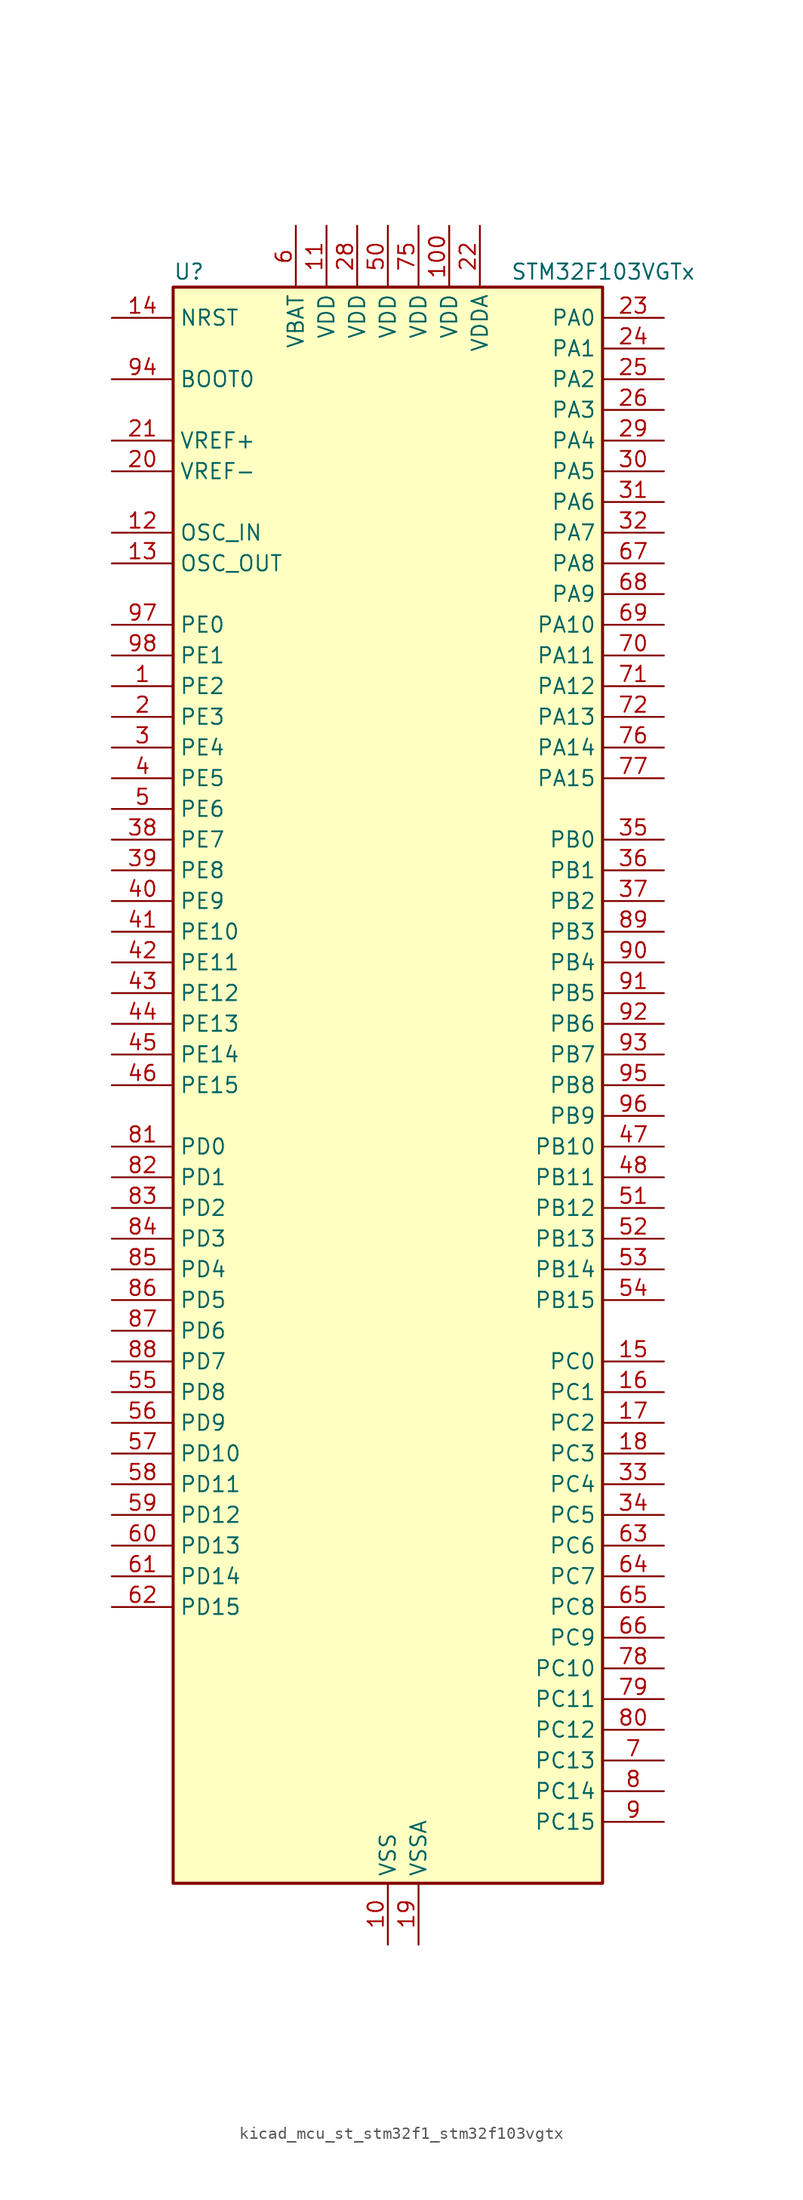
<source format=kicad_sym>
(kicad_symbol_lib
  (version 20220914)
  (generator kicad_symbol_editor)
  (symbol "kicad_mcu_st_stm32f1_stm32f103vgtx"
    (property "Reference" "U"
      (at -17.78 67.31 0)
      (effects (font (size 1.27 1.27)) (justify left)))
    (property "Value" "STM32F103VGTx"
      (at 10.16 67.31 0)
      (effects (font (size 1.27 1.27)) (justify left)))
    (property "ki_locked" ""
      (at 0 0 0)
      (effects (font (size 1.27 1.27))))
    (symbol "kicad_mcu_st_stm32f1_stm32f103vgtx_0_1"
      (rectangle (start -17.78 -66.04) (end 17.78 66.04) (stroke (width 0.254) (type default)) (fill (type background))))
    (symbol "kicad_mcu_st_stm32f1_stm32f103vgtx_1_1"
      (pin bidirectional line (at -22.86 33.02 0) (length 5.08) (name "PE2" (effects (font (size 1.27 1.27)))) (number "1" (effects (font (size 1.27 1.27)))) (alternate "FSMC_A23" bidirectional line) (alternate "SYS_TRACECLK" bidirectional line))
      (pin power_in line (at 0 -71.12 90) (length 5.08) (name "VSS" (effects (font (size 1.27 1.27)))) (number "10" (effects (font (size 1.27 1.27)))))
      (pin power_in line (at 5.08 71.12 270) (length 5.08) (name "VDD" (effects (font (size 1.27 1.27)))) (number "100" (effects (font (size 1.27 1.27)))))
      (pin power_in line (at -5.08 71.12 270) (length 5.08) (name "VDD" (effects (font (size 1.27 1.27)))) (number "11" (effects (font (size 1.27 1.27)))))
      (pin input line (at -22.86 45.72 0) (length 5.08) (name "OSC_IN" (effects (font (size 1.27 1.27)))) (number "12" (effects (font (size 1.27 1.27)))) (alternate "RCC_OSC_IN" bidirectional line))
      (pin input line (at -22.86 43.18 0) (length 5.08) (name "OSC_OUT" (effects (font (size 1.27 1.27)))) (number "13" (effects (font (size 1.27 1.27)))) (alternate "RCC_OSC_OUT" bidirectional line))
      (pin input line (at -22.86 63.5 0) (length 5.08) (name "NRST" (effects (font (size 1.27 1.27)))) (number "14" (effects (font (size 1.27 1.27)))))
      (pin bidirectional line (at 22.86 -22.86 180) (length 5.08) (name "PC0" (effects (font (size 1.27 1.27)))) (number "15" (effects (font (size 1.27 1.27)))) (alternate "ADC1_IN10" bidirectional line) (alternate "ADC2_IN10" bidirectional line) (alternate "ADC3_IN10" bidirectional line))
      (pin bidirectional line (at 22.86 -25.4 180) (length 5.08) (name "PC1" (effects (font (size 1.27 1.27)))) (number "16" (effects (font (size 1.27 1.27)))) (alternate "ADC1_IN11" bidirectional line) (alternate "ADC2_IN11" bidirectional line) (alternate "ADC3_IN11" bidirectional line))
      (pin bidirectional line (at 22.86 -27.94 180) (length 5.08) (name "PC2" (effects (font (size 1.27 1.27)))) (number "17" (effects (font (size 1.27 1.27)))) (alternate "ADC1_IN12" bidirectional line) (alternate "ADC2_IN12" bidirectional line) (alternate "ADC3_IN12" bidirectional line))
      (pin bidirectional line (at 22.86 -30.48 180) (length 5.08) (name "PC3" (effects (font (size 1.27 1.27)))) (number "18" (effects (font (size 1.27 1.27)))) (alternate "ADC1_IN13" bidirectional line) (alternate "ADC2_IN13" bidirectional line) (alternate "ADC3_IN13" bidirectional line))
      (pin power_in line (at 2.54 -71.12 90) (length 5.08) (name "VSSA" (effects (font (size 1.27 1.27)))) (number "19" (effects (font (size 1.27 1.27)))))
      (pin bidirectional line (at -22.86 30.48 0) (length 5.08) (name "PE3" (effects (font (size 1.27 1.27)))) (number "2" (effects (font (size 1.27 1.27)))) (alternate "FSMC_A19" bidirectional line) (alternate "SYS_TRACED0" bidirectional line))
      (pin input line (at -22.86 50.8 0) (length 5.08) (name "VREF-" (effects (font (size 1.27 1.27)))) (number "20" (effects (font (size 1.27 1.27)))))
      (pin input line (at -22.86 53.34 0) (length 5.08) (name "VREF+" (effects (font (size 1.27 1.27)))) (number "21" (effects (font (size 1.27 1.27)))))
      (pin power_in line (at 7.62 71.12 270) (length 5.08) (name "VDDA" (effects (font (size 1.27 1.27)))) (number "22" (effects (font (size 1.27 1.27)))))
      (pin bidirectional line (at 22.86 63.5 180) (length 5.08) (name "PA0" (effects (font (size 1.27 1.27)))) (number "23" (effects (font (size 1.27 1.27)))) (alternate "ADC1_IN0" bidirectional line) (alternate "ADC2_IN0" bidirectional line) (alternate "ADC3_IN0" bidirectional line) (alternate "SYS_WKUP" bidirectional line) (alternate "TIM2_CH1" bidirectional line) (alternate "TIM2_ETR" bidirectional line) (alternate "TIM5_CH1" bidirectional line) (alternate "TIM8_ETR" bidirectional line) (alternate "USART2_CTS" bidirectional line))
      (pin bidirectional line (at 22.86 60.96 180) (length 5.08) (name "PA1" (effects (font (size 1.27 1.27)))) (number "24" (effects (font (size 1.27 1.27)))) (alternate "ADC1_IN1" bidirectional line) (alternate "ADC2_IN1" bidirectional line) (alternate "ADC3_IN1" bidirectional line) (alternate "TIM2_CH2" bidirectional line) (alternate "TIM5_CH2" bidirectional line) (alternate "USART2_RTS" bidirectional line))
      (pin bidirectional line (at 22.86 58.42 180) (length 5.08) (name "PA2" (effects (font (size 1.27 1.27)))) (number "25" (effects (font (size 1.27 1.27)))) (alternate "ADC1_IN2" bidirectional line) (alternate "ADC2_IN2" bidirectional line) (alternate "ADC3_IN2" bidirectional line) (alternate "TIM2_CH3" bidirectional line) (alternate "TIM5_CH3" bidirectional line) (alternate "TIM9_CH1" bidirectional line) (alternate "USART2_TX" bidirectional line))
      (pin bidirectional line (at 22.86 55.88 180) (length 5.08) (name "PA3" (effects (font (size 1.27 1.27)))) (number "26" (effects (font (size 1.27 1.27)))) (alternate "ADC1_IN3" bidirectional line) (alternate "ADC2_IN3" bidirectional line) (alternate "ADC3_IN3" bidirectional line) (alternate "TIM2_CH4" bidirectional line) (alternate "TIM5_CH4" bidirectional line) (alternate "TIM9_CH2" bidirectional line) (alternate "USART2_RX" bidirectional line))
      (pin passive line (at 0 -71.12 90) (length 5.08) hide (name "VSS" (effects (font (size 1.27 1.27)))) (number "27" (effects (font (size 1.27 1.27)))))
      (pin power_in line (at -2.54 71.12 270) (length 5.08) (name "VDD" (effects (font (size 1.27 1.27)))) (number "28" (effects (font (size 1.27 1.27)))))
      (pin bidirectional line (at 22.86 53.34 180) (length 5.08) (name "PA4" (effects (font (size 1.27 1.27)))) (number "29" (effects (font (size 1.27 1.27)))) (alternate "ADC1_IN4" bidirectional line) (alternate "ADC2_IN4" bidirectional line) (alternate "DAC_OUT1" bidirectional line) (alternate "SPI1_NSS" bidirectional line) (alternate "USART2_CK" bidirectional line))
      (pin bidirectional line (at -22.86 27.94 0) (length 5.08) (name "PE4" (effects (font (size 1.27 1.27)))) (number "3" (effects (font (size 1.27 1.27)))) (alternate "FSMC_A20" bidirectional line) (alternate "SYS_TRACED1" bidirectional line))
      (pin bidirectional line (at 22.86 50.8 180) (length 5.08) (name "PA5" (effects (font (size 1.27 1.27)))) (number "30" (effects (font (size 1.27 1.27)))) (alternate "ADC1_IN5" bidirectional line) (alternate "ADC2_IN5" bidirectional line) (alternate "DAC_OUT2" bidirectional line) (alternate "SPI1_SCK" bidirectional line))
      (pin bidirectional line (at 22.86 48.26 180) (length 5.08) (name "PA6" (effects (font (size 1.27 1.27)))) (number "31" (effects (font (size 1.27 1.27)))) (alternate "ADC1_IN6" bidirectional line) (alternate "ADC2_IN6" bidirectional line) (alternate "SPI1_MISO" bidirectional line) (alternate "TIM13_CH1" bidirectional line) (alternate "TIM1_BKIN" bidirectional line) (alternate "TIM3_CH1" bidirectional line) (alternate "TIM8_BKIN" bidirectional line))
      (pin bidirectional line (at 22.86 45.72 180) (length 5.08) (name "PA7" (effects (font (size 1.27 1.27)))) (number "32" (effects (font (size 1.27 1.27)))) (alternate "ADC1_IN7" bidirectional line) (alternate "ADC2_IN7" bidirectional line) (alternate "SPI1_MOSI" bidirectional line) (alternate "TIM14_CH1" bidirectional line) (alternate "TIM1_CH1N" bidirectional line) (alternate "TIM3_CH2" bidirectional line) (alternate "TIM8_CH1N" bidirectional line))
      (pin bidirectional line (at 22.86 -33.02 180) (length 5.08) (name "PC4" (effects (font (size 1.27 1.27)))) (number "33" (effects (font (size 1.27 1.27)))) (alternate "ADC1_IN14" bidirectional line) (alternate "ADC2_IN14" bidirectional line))
      (pin bidirectional line (at 22.86 -35.56 180) (length 5.08) (name "PC5" (effects (font (size 1.27 1.27)))) (number "34" (effects (font (size 1.27 1.27)))) (alternate "ADC1_IN15" bidirectional line) (alternate "ADC2_IN15" bidirectional line))
      (pin bidirectional line (at 22.86 20.32 180) (length 5.08) (name "PB0" (effects (font (size 1.27 1.27)))) (number "35" (effects (font (size 1.27 1.27)))) (alternate "ADC1_IN8" bidirectional line) (alternate "ADC2_IN8" bidirectional line) (alternate "TIM1_CH2N" bidirectional line) (alternate "TIM3_CH3" bidirectional line) (alternate "TIM8_CH2N" bidirectional line))
      (pin bidirectional line (at 22.86 17.78 180) (length 5.08) (name "PB1" (effects (font (size 1.27 1.27)))) (number "36" (effects (font (size 1.27 1.27)))) (alternate "ADC1_IN9" bidirectional line) (alternate "ADC2_IN9" bidirectional line) (alternate "TIM1_CH3N" bidirectional line) (alternate "TIM3_CH4" bidirectional line) (alternate "TIM8_CH3N" bidirectional line))
      (pin bidirectional line (at 22.86 15.24 180) (length 5.08) (name "PB2" (effects (font (size 1.27 1.27)))) (number "37" (effects (font (size 1.27 1.27)))))
      (pin bidirectional line (at -22.86 20.32 0) (length 5.08) (name "PE7" (effects (font (size 1.27 1.27)))) (number "38" (effects (font (size 1.27 1.27)))) (alternate "FSMC_D4" bidirectional line) (alternate "FSMC_DA4" bidirectional line) (alternate "TIM1_ETR" bidirectional line))
      (pin bidirectional line (at -22.86 17.78 0) (length 5.08) (name "PE8" (effects (font (size 1.27 1.27)))) (number "39" (effects (font (size 1.27 1.27)))) (alternate "FSMC_D5" bidirectional line) (alternate "FSMC_DA5" bidirectional line) (alternate "TIM1_CH1N" bidirectional line))
      (pin bidirectional line (at -22.86 25.4 0) (length 5.08) (name "PE5" (effects (font (size 1.27 1.27)))) (number "4" (effects (font (size 1.27 1.27)))) (alternate "FSMC_A21" bidirectional line) (alternate "SYS_TRACED2" bidirectional line) (alternate "TIM9_CH1" bidirectional line))
      (pin bidirectional line (at -22.86 15.24 0) (length 5.08) (name "PE9" (effects (font (size 1.27 1.27)))) (number "40" (effects (font (size 1.27 1.27)))) (alternate "DAC_EXTI9" bidirectional line) (alternate "FSMC_D6" bidirectional line) (alternate "FSMC_DA6" bidirectional line) (alternate "TIM1_CH1" bidirectional line))
      (pin bidirectional line (at -22.86 12.7 0) (length 5.08) (name "PE10" (effects (font (size 1.27 1.27)))) (number "41" (effects (font (size 1.27 1.27)))) (alternate "FSMC_D7" bidirectional line) (alternate "FSMC_DA7" bidirectional line) (alternate "TIM1_CH2N" bidirectional line))
      (pin bidirectional line (at -22.86 10.16 0) (length 5.08) (name "PE11" (effects (font (size 1.27 1.27)))) (number "42" (effects (font (size 1.27 1.27)))) (alternate "ADC1_EXTI11" bidirectional line) (alternate "ADC2_EXTI11" bidirectional line) (alternate "FSMC_D8" bidirectional line) (alternate "FSMC_DA8" bidirectional line) (alternate "TIM1_CH2" bidirectional line))
      (pin bidirectional line (at -22.86 7.62 0) (length 5.08) (name "PE12" (effects (font (size 1.27 1.27)))) (number "43" (effects (font (size 1.27 1.27)))) (alternate "FSMC_D9" bidirectional line) (alternate "FSMC_DA9" bidirectional line) (alternate "TIM1_CH3N" bidirectional line))
      (pin bidirectional line (at -22.86 5.08 0) (length 5.08) (name "PE13" (effects (font (size 1.27 1.27)))) (number "44" (effects (font (size 1.27 1.27)))) (alternate "FSMC_D10" bidirectional line) (alternate "FSMC_DA10" bidirectional line) (alternate "TIM1_CH3" bidirectional line))
      (pin bidirectional line (at -22.86 2.54 0) (length 5.08) (name "PE14" (effects (font (size 1.27 1.27)))) (number "45" (effects (font (size 1.27 1.27)))) (alternate "FSMC_D11" bidirectional line) (alternate "FSMC_DA11" bidirectional line) (alternate "TIM1_CH4" bidirectional line))
      (pin bidirectional line (at -22.86 0 0) (length 5.08) (name "PE15" (effects (font (size 1.27 1.27)))) (number "46" (effects (font (size 1.27 1.27)))) (alternate "ADC1_EXTI15" bidirectional line) (alternate "ADC2_EXTI15" bidirectional line) (alternate "FSMC_D12" bidirectional line) (alternate "FSMC_DA12" bidirectional line) (alternate "TIM1_BKIN" bidirectional line))
      (pin bidirectional line (at 22.86 -5.08 180) (length 5.08) (name "PB10" (effects (font (size 1.27 1.27)))) (number "47" (effects (font (size 1.27 1.27)))) (alternate "I2C2_SCL" bidirectional line) (alternate "TIM2_CH3" bidirectional line) (alternate "USART3_TX" bidirectional line))
      (pin bidirectional line (at 22.86 -7.62 180) (length 5.08) (name "PB11" (effects (font (size 1.27 1.27)))) (number "48" (effects (font (size 1.27 1.27)))) (alternate "ADC1_EXTI11" bidirectional line) (alternate "ADC2_EXTI11" bidirectional line) (alternate "I2C2_SDA" bidirectional line) (alternate "TIM2_CH4" bidirectional line) (alternate "USART3_RX" bidirectional line))
      (pin passive line (at 0 -71.12 90) (length 5.08) hide (name "VSS" (effects (font (size 1.27 1.27)))) (number "49" (effects (font (size 1.27 1.27)))))
      (pin bidirectional line (at -22.86 22.86 0) (length 5.08) (name "PE6" (effects (font (size 1.27 1.27)))) (number "5" (effects (font (size 1.27 1.27)))) (alternate "FSMC_A22" bidirectional line) (alternate "SYS_TRACED3" bidirectional line) (alternate "TIM9_CH2" bidirectional line))
      (pin power_in line (at 0 71.12 270) (length 5.08) (name "VDD" (effects (font (size 1.27 1.27)))) (number "50" (effects (font (size 1.27 1.27)))))
      (pin bidirectional line (at 22.86 -10.16 180) (length 5.08) (name "PB12" (effects (font (size 1.27 1.27)))) (number "51" (effects (font (size 1.27 1.27)))) (alternate "I2C2_SMBA" bidirectional line) (alternate "I2S2_WS" bidirectional line) (alternate "SPI2_NSS" bidirectional line) (alternate "TIM1_BKIN" bidirectional line) (alternate "USART3_CK" bidirectional line))
      (pin bidirectional line (at 22.86 -12.7 180) (length 5.08) (name "PB13" (effects (font (size 1.27 1.27)))) (number "52" (effects (font (size 1.27 1.27)))) (alternate "I2S2_CK" bidirectional line) (alternate "SPI2_SCK" bidirectional line) (alternate "TIM1_CH1N" bidirectional line) (alternate "USART3_CTS" bidirectional line))
      (pin bidirectional line (at 22.86 -15.24 180) (length 5.08) (name "PB14" (effects (font (size 1.27 1.27)))) (number "53" (effects (font (size 1.27 1.27)))) (alternate "SPI2_MISO" bidirectional line) (alternate "TIM12_CH1" bidirectional line) (alternate "TIM1_CH2N" bidirectional line) (alternate "USART3_RTS" bidirectional line))
      (pin bidirectional line (at 22.86 -17.78 180) (length 5.08) (name "PB15" (effects (font (size 1.27 1.27)))) (number "54" (effects (font (size 1.27 1.27)))) (alternate "ADC1_EXTI15" bidirectional line) (alternate "ADC2_EXTI15" bidirectional line) (alternate "I2S2_SD" bidirectional line) (alternate "SPI2_MOSI" bidirectional line) (alternate "TIM12_CH2" bidirectional line) (alternate "TIM1_CH3N" bidirectional line))
      (pin bidirectional line (at -22.86 -25.4 0) (length 5.08) (name "PD8" (effects (font (size 1.27 1.27)))) (number "55" (effects (font (size 1.27 1.27)))) (alternate "FSMC_D13" bidirectional line) (alternate "FSMC_DA13" bidirectional line) (alternate "USART3_TX" bidirectional line))
      (pin bidirectional line (at -22.86 -27.94 0) (length 5.08) (name "PD9" (effects (font (size 1.27 1.27)))) (number "56" (effects (font (size 1.27 1.27)))) (alternate "DAC_EXTI9" bidirectional line) (alternate "FSMC_D14" bidirectional line) (alternate "FSMC_DA14" bidirectional line) (alternate "USART3_RX" bidirectional line))
      (pin bidirectional line (at -22.86 -30.48 0) (length 5.08) (name "PD10" (effects (font (size 1.27 1.27)))) (number "57" (effects (font (size 1.27 1.27)))) (alternate "FSMC_D15" bidirectional line) (alternate "FSMC_DA15" bidirectional line) (alternate "USART3_CK" bidirectional line))
      (pin bidirectional line (at -22.86 -33.02 0) (length 5.08) (name "PD11" (effects (font (size 1.27 1.27)))) (number "58" (effects (font (size 1.27 1.27)))) (alternate "ADC1_EXTI11" bidirectional line) (alternate "ADC2_EXTI11" bidirectional line) (alternate "FSMC_A16" bidirectional line) (alternate "FSMC_CLE" bidirectional line) (alternate "USART3_CTS" bidirectional line))
      (pin bidirectional line (at -22.86 -35.56 0) (length 5.08) (name "PD12" (effects (font (size 1.27 1.27)))) (number "59" (effects (font (size 1.27 1.27)))) (alternate "FSMC_A17" bidirectional line) (alternate "FSMC_ALE" bidirectional line) (alternate "TIM4_CH1" bidirectional line) (alternate "USART3_RTS" bidirectional line))
      (pin power_in line (at -7.62 71.12 270) (length 5.08) (name "VBAT" (effects (font (size 1.27 1.27)))) (number "6" (effects (font (size 1.27 1.27)))))
      (pin bidirectional line (at -22.86 -38.1 0) (length 5.08) (name "PD13" (effects (font (size 1.27 1.27)))) (number "60" (effects (font (size 1.27 1.27)))) (alternate "FSMC_A18" bidirectional line) (alternate "TIM4_CH2" bidirectional line))
      (pin bidirectional line (at -22.86 -40.64 0) (length 5.08) (name "PD14" (effects (font (size 1.27 1.27)))) (number "61" (effects (font (size 1.27 1.27)))) (alternate "FSMC_D0" bidirectional line) (alternate "FSMC_DA0" bidirectional line) (alternate "TIM4_CH3" bidirectional line))
      (pin bidirectional line (at -22.86 -43.18 0) (length 5.08) (name "PD15" (effects (font (size 1.27 1.27)))) (number "62" (effects (font (size 1.27 1.27)))) (alternate "ADC1_EXTI15" bidirectional line) (alternate "ADC2_EXTI15" bidirectional line) (alternate "FSMC_D1" bidirectional line) (alternate "FSMC_DA1" bidirectional line) (alternate "TIM4_CH4" bidirectional line))
      (pin bidirectional line (at 22.86 -38.1 180) (length 5.08) (name "PC6" (effects (font (size 1.27 1.27)))) (number "63" (effects (font (size 1.27 1.27)))) (alternate "I2S2_MCK" bidirectional line) (alternate "SDIO_D6" bidirectional line) (alternate "TIM3_CH1" bidirectional line) (alternate "TIM8_CH1" bidirectional line))
      (pin bidirectional line (at 22.86 -40.64 180) (length 5.08) (name "PC7" (effects (font (size 1.27 1.27)))) (number "64" (effects (font (size 1.27 1.27)))) (alternate "I2S3_MCK" bidirectional line) (alternate "SDIO_D7" bidirectional line) (alternate "TIM3_CH2" bidirectional line) (alternate "TIM8_CH2" bidirectional line))
      (pin bidirectional line (at 22.86 -43.18 180) (length 5.08) (name "PC8" (effects (font (size 1.27 1.27)))) (number "65" (effects (font (size 1.27 1.27)))) (alternate "SDIO_D0" bidirectional line) (alternate "TIM3_CH3" bidirectional line) (alternate "TIM8_CH3" bidirectional line))
      (pin bidirectional line (at 22.86 -45.72 180) (length 5.08) (name "PC9" (effects (font (size 1.27 1.27)))) (number "66" (effects (font (size 1.27 1.27)))) (alternate "DAC_EXTI9" bidirectional line) (alternate "SDIO_D1" bidirectional line) (alternate "TIM3_CH4" bidirectional line) (alternate "TIM8_CH4" bidirectional line))
      (pin bidirectional line (at 22.86 43.18 180) (length 5.08) (name "PA8" (effects (font (size 1.27 1.27)))) (number "67" (effects (font (size 1.27 1.27)))) (alternate "RCC_MCO" bidirectional line) (alternate "TIM1_CH1" bidirectional line) (alternate "USART1_CK" bidirectional line))
      (pin bidirectional line (at 22.86 40.64 180) (length 5.08) (name "PA9" (effects (font (size 1.27 1.27)))) (number "68" (effects (font (size 1.27 1.27)))) (alternate "DAC_EXTI9" bidirectional line) (alternate "TIM1_CH2" bidirectional line) (alternate "USART1_TX" bidirectional line))
      (pin bidirectional line (at 22.86 38.1 180) (length 5.08) (name "PA10" (effects (font (size 1.27 1.27)))) (number "69" (effects (font (size 1.27 1.27)))) (alternate "TIM1_CH3" bidirectional line) (alternate "USART1_RX" bidirectional line))
      (pin bidirectional line (at 22.86 -55.88 180) (length 5.08) (name "PC13" (effects (font (size 1.27 1.27)))) (number "7" (effects (font (size 1.27 1.27)))) (alternate "RTC_OUT" bidirectional line) (alternate "RTC_TAMPER" bidirectional line))
      (pin bidirectional line (at 22.86 35.56 180) (length 5.08) (name "PA11" (effects (font (size 1.27 1.27)))) (number "70" (effects (font (size 1.27 1.27)))) (alternate "ADC1_EXTI11" bidirectional line) (alternate "ADC2_EXTI11" bidirectional line) (alternate "CAN_RX" bidirectional line) (alternate "TIM1_CH4" bidirectional line) (alternate "USART1_CTS" bidirectional line) (alternate "USB_DM" bidirectional line))
      (pin bidirectional line (at 22.86 33.02 180) (length 5.08) (name "PA12" (effects (font (size 1.27 1.27)))) (number "71" (effects (font (size 1.27 1.27)))) (alternate "CAN_TX" bidirectional line) (alternate "TIM1_ETR" bidirectional line) (alternate "USART1_RTS" bidirectional line) (alternate "USB_DP" bidirectional line))
      (pin bidirectional line (at 22.86 30.48 180) (length 5.08) (name "PA13" (effects (font (size 1.27 1.27)))) (number "72" (effects (font (size 1.27 1.27)))) (alternate "SYS_JTMS-SWDIO" bidirectional line))
      (pin no_connect line (at -17.78 -66.04 0) (length 5.08) hide (name "NC" (effects (font (size 1.27 1.27)))) (number "73" (effects (font (size 1.27 1.27)))))
      (pin passive line (at 0 -71.12 90) (length 5.08) hide (name "VSS" (effects (font (size 1.27 1.27)))) (number "74" (effects (font (size 1.27 1.27)))))
      (pin power_in line (at 2.54 71.12 270) (length 5.08) (name "VDD" (effects (font (size 1.27 1.27)))) (number "75" (effects (font (size 1.27 1.27)))))
      (pin bidirectional line (at 22.86 27.94 180) (length 5.08) (name "PA14" (effects (font (size 1.27 1.27)))) (number "76" (effects (font (size 1.27 1.27)))) (alternate "SYS_JTCK-SWCLK" bidirectional line))
      (pin bidirectional line (at 22.86 25.4 180) (length 5.08) (name "PA15" (effects (font (size 1.27 1.27)))) (number "77" (effects (font (size 1.27 1.27)))) (alternate "ADC1_EXTI15" bidirectional line) (alternate "ADC2_EXTI15" bidirectional line) (alternate "I2S3_WS" bidirectional line) (alternate "SPI1_NSS" bidirectional line) (alternate "SPI3_NSS" bidirectional line) (alternate "SYS_JTDI" bidirectional line) (alternate "TIM2_CH1" bidirectional line) (alternate "TIM2_ETR" bidirectional line))
      (pin bidirectional line (at 22.86 -48.26 180) (length 5.08) (name "PC10" (effects (font (size 1.27 1.27)))) (number "78" (effects (font (size 1.27 1.27)))) (alternate "SDIO_D2" bidirectional line) (alternate "UART4_TX" bidirectional line) (alternate "USART3_TX" bidirectional line))
      (pin bidirectional line (at 22.86 -50.8 180) (length 5.08) (name "PC11" (effects (font (size 1.27 1.27)))) (number "79" (effects (font (size 1.27 1.27)))) (alternate "ADC1_EXTI11" bidirectional line) (alternate "ADC2_EXTI11" bidirectional line) (alternate "SDIO_D3" bidirectional line) (alternate "UART4_RX" bidirectional line) (alternate "USART3_RX" bidirectional line))
      (pin bidirectional line (at 22.86 -58.42 180) (length 5.08) (name "PC14" (effects (font (size 1.27 1.27)))) (number "8" (effects (font (size 1.27 1.27)))) (alternate "RCC_OSC32_IN" bidirectional line))
      (pin bidirectional line (at 22.86 -53.34 180) (length 5.08) (name "PC12" (effects (font (size 1.27 1.27)))) (number "80" (effects (font (size 1.27 1.27)))) (alternate "SDIO_CK" bidirectional line) (alternate "UART5_TX" bidirectional line) (alternate "USART3_CK" bidirectional line))
      (pin bidirectional line (at -22.86 -5.08 0) (length 5.08) (name "PD0" (effects (font (size 1.27 1.27)))) (number "81" (effects (font (size 1.27 1.27)))) (alternate "CAN_RX" bidirectional line) (alternate "FSMC_D2" bidirectional line) (alternate "FSMC_DA2" bidirectional line))
      (pin bidirectional line (at -22.86 -7.62 0) (length 5.08) (name "PD1" (effects (font (size 1.27 1.27)))) (number "82" (effects (font (size 1.27 1.27)))) (alternate "CAN_TX" bidirectional line) (alternate "FSMC_D3" bidirectional line) (alternate "FSMC_DA3" bidirectional line))
      (pin bidirectional line (at -22.86 -10.16 0) (length 5.08) (name "PD2" (effects (font (size 1.27 1.27)))) (number "83" (effects (font (size 1.27 1.27)))) (alternate "SDIO_CMD" bidirectional line) (alternate "TIM3_ETR" bidirectional line) (alternate "UART5_RX" bidirectional line))
      (pin bidirectional line (at -22.86 -12.7 0) (length 5.08) (name "PD3" (effects (font (size 1.27 1.27)))) (number "84" (effects (font (size 1.27 1.27)))) (alternate "FSMC_CLK" bidirectional line) (alternate "USART2_CTS" bidirectional line))
      (pin bidirectional line (at -22.86 -15.24 0) (length 5.08) (name "PD4" (effects (font (size 1.27 1.27)))) (number "85" (effects (font (size 1.27 1.27)))) (alternate "FSMC_NOE" bidirectional line) (alternate "USART2_RTS" bidirectional line))
      (pin bidirectional line (at -22.86 -17.78 0) (length 5.08) (name "PD5" (effects (font (size 1.27 1.27)))) (number "86" (effects (font (size 1.27 1.27)))) (alternate "FSMC_NWE" bidirectional line) (alternate "USART2_TX" bidirectional line))
      (pin bidirectional line (at -22.86 -20.32 0) (length 5.08) (name "PD6" (effects (font (size 1.27 1.27)))) (number "87" (effects (font (size 1.27 1.27)))) (alternate "FSMC_NWAIT" bidirectional line) (alternate "USART2_RX" bidirectional line))
      (pin bidirectional line (at -22.86 -22.86 0) (length 5.08) (name "PD7" (effects (font (size 1.27 1.27)))) (number "88" (effects (font (size 1.27 1.27)))) (alternate "FSMC_NCE2" bidirectional line) (alternate "FSMC_NE1" bidirectional line) (alternate "USART2_CK" bidirectional line))
      (pin bidirectional line (at 22.86 12.7 180) (length 5.08) (name "PB3" (effects (font (size 1.27 1.27)))) (number "89" (effects (font (size 1.27 1.27)))) (alternate "I2S3_CK" bidirectional line) (alternate "SPI1_SCK" bidirectional line) (alternate "SPI3_SCK" bidirectional line) (alternate "SYS_JTDO-TRACESWO" bidirectional line) (alternate "TIM2_CH2" bidirectional line))
      (pin bidirectional line (at 22.86 -60.96 180) (length 5.08) (name "PC15" (effects (font (size 1.27 1.27)))) (number "9" (effects (font (size 1.27 1.27)))) (alternate "ADC1_EXTI15" bidirectional line) (alternate "ADC2_EXTI15" bidirectional line) (alternate "RCC_OSC32_OUT" bidirectional line))
      (pin bidirectional line (at 22.86 10.16 180) (length 5.08) (name "PB4" (effects (font (size 1.27 1.27)))) (number "90" (effects (font (size 1.27 1.27)))) (alternate "SPI1_MISO" bidirectional line) (alternate "SPI3_MISO" bidirectional line) (alternate "SYS_NJTRST" bidirectional line) (alternate "TIM3_CH1" bidirectional line))
      (pin bidirectional line (at 22.86 7.62 180) (length 5.08) (name "PB5" (effects (font (size 1.27 1.27)))) (number "91" (effects (font (size 1.27 1.27)))) (alternate "I2C1_SMBA" bidirectional line) (alternate "I2S3_SD" bidirectional line) (alternate "SPI1_MOSI" bidirectional line) (alternate "SPI3_MOSI" bidirectional line) (alternate "TIM3_CH2" bidirectional line))
      (pin bidirectional line (at 22.86 5.08 180) (length 5.08) (name "PB6" (effects (font (size 1.27 1.27)))) (number "92" (effects (font (size 1.27 1.27)))) (alternate "I2C1_SCL" bidirectional line) (alternate "TIM4_CH1" bidirectional line) (alternate "USART1_TX" bidirectional line))
      (pin bidirectional line (at 22.86 2.54 180) (length 5.08) (name "PB7" (effects (font (size 1.27 1.27)))) (number "93" (effects (font (size 1.27 1.27)))) (alternate "FSMC_NL" bidirectional line) (alternate "I2C1_SDA" bidirectional line) (alternate "TIM4_CH2" bidirectional line) (alternate "USART1_RX" bidirectional line))
      (pin input line (at -22.86 58.42 0) (length 5.08) (name "BOOT0" (effects (font (size 1.27 1.27)))) (number "94" (effects (font (size 1.27 1.27)))))
      (pin bidirectional line (at 22.86 0 180) (length 5.08) (name "PB8" (effects (font (size 1.27 1.27)))) (number "95" (effects (font (size 1.27 1.27)))) (alternate "CAN_RX" bidirectional line) (alternate "I2C1_SCL" bidirectional line) (alternate "SDIO_D4" bidirectional line) (alternate "TIM10_CH1" bidirectional line) (alternate "TIM4_CH3" bidirectional line))
      (pin bidirectional line (at 22.86 -2.54 180) (length 5.08) (name "PB9" (effects (font (size 1.27 1.27)))) (number "96" (effects (font (size 1.27 1.27)))) (alternate "CAN_TX" bidirectional line) (alternate "DAC_EXTI9" bidirectional line) (alternate "I2C1_SDA" bidirectional line) (alternate "SDIO_D5" bidirectional line) (alternate "TIM11_CH1" bidirectional line) (alternate "TIM4_CH4" bidirectional line))
      (pin bidirectional line (at -22.86 38.1 0) (length 5.08) (name "PE0" (effects (font (size 1.27 1.27)))) (number "97" (effects (font (size 1.27 1.27)))) (alternate "FSMC_NBL0" bidirectional line) (alternate "TIM4_ETR" bidirectional line))
      (pin bidirectional line (at -22.86 35.56 0) (length 5.08) (name "PE1" (effects (font (size 1.27 1.27)))) (number "98" (effects (font (size 1.27 1.27)))) (alternate "FSMC_NBL1" bidirectional line))
      (pin passive line (at 0 -71.12 90) (length 5.08) hide (name "VSS" (effects (font (size 1.27 1.27)))) (number "99" (effects (font (size 1.27 1.27))))))))
</source>
